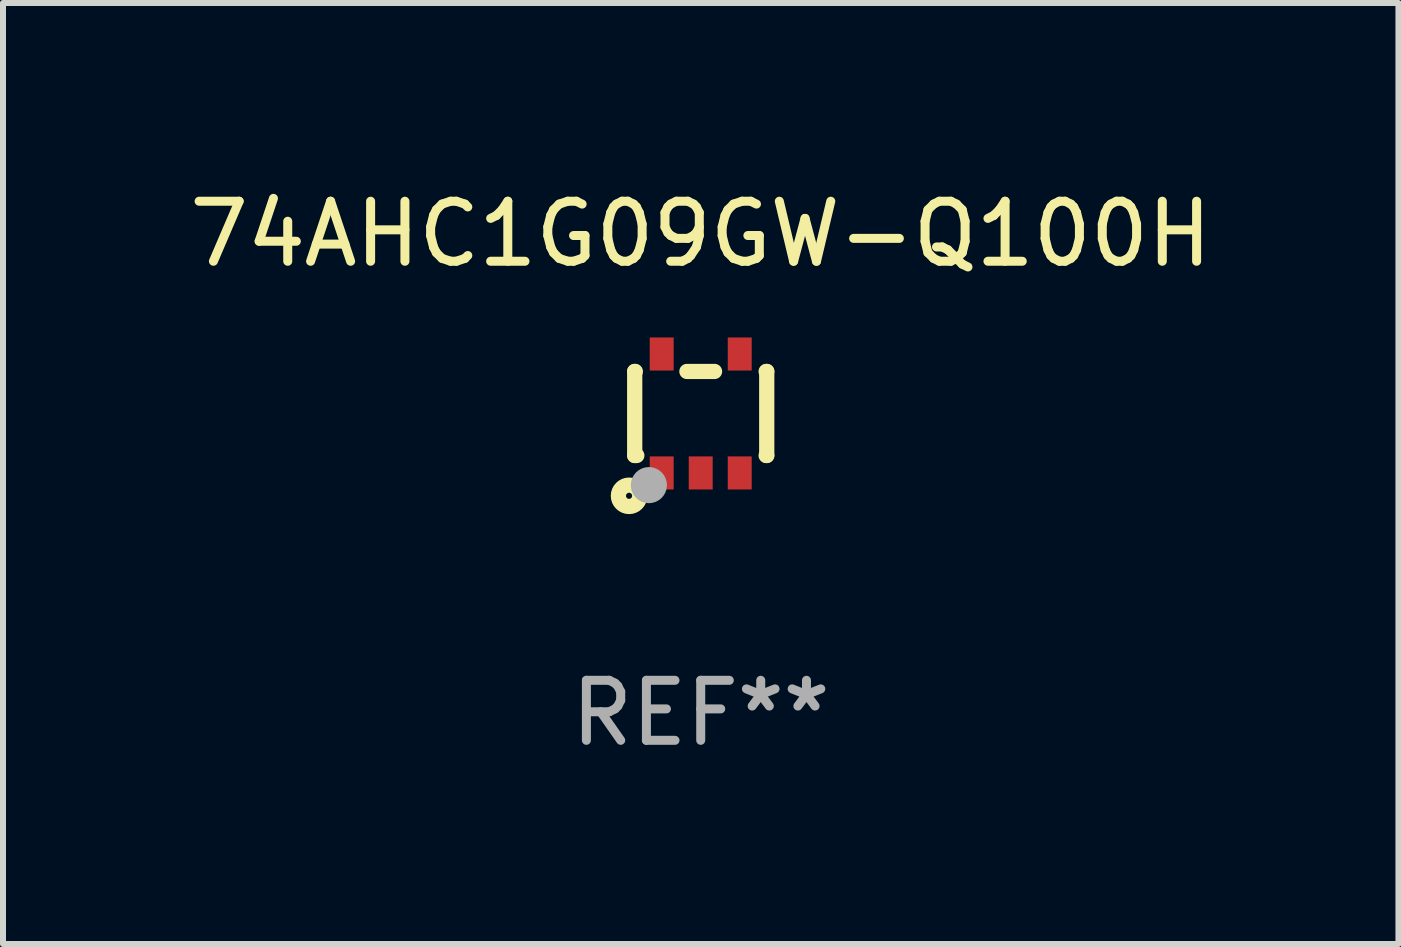
<source format=kicad_pcb>
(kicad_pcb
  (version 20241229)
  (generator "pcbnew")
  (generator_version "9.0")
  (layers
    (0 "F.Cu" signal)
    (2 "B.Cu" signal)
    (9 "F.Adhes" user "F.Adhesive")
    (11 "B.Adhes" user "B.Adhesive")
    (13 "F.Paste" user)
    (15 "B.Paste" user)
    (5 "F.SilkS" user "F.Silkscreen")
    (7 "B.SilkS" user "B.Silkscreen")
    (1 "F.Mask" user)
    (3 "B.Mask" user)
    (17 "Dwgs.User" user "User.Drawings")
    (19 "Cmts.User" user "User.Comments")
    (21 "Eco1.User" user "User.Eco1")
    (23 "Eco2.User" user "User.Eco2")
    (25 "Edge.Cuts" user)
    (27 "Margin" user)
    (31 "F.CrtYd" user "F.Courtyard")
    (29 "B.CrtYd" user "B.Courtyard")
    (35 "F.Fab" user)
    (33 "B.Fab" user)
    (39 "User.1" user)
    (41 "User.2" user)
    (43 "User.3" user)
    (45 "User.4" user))
  (footprint "74AHC1G09GW-Q100H"
    (layer "F.Cu")
    (at 8.625 3.839)
    (property "Reference" "74AHC1G09GW-Q100H" (at 0 -2.991 0) (layer "F.SilkS") (effects (font (size 1 1) (thickness 0.15))))
    (attr through_hole)
    (fp_line (start -1.1 -0.7) (end -1.1 0.7) (stroke (width 0.254) (type solid)) (layer "F.SilkS"))
    (fp_line (start -1.1 -0.7) (end -1.09 -0.7) (stroke (width 0.254) (type solid)) (layer "F.SilkS"))
    (fp_line (start -1.1 0.7) (end -1.065 0.7) (stroke (width 0.254) (type solid)) (layer "F.SilkS"))
    (fp_line (start -0.23 -0.7) (end 0.23 -0.7) (stroke (width 0.254) (type solid)) (layer "F.SilkS"))
    (fp_line (start 1.09 -0.7) (end 1.1 -0.7) (stroke (width 0.254) (type solid)) (layer "F.SilkS"))
    (fp_line (start 1.09 0.7) (end 1.1 0.7) (stroke (width 0.254) (type solid)) (layer "F.SilkS"))
    (fp_line (start 1.1 -0.7) (end 1.1 0.7) (stroke (width 0.254) (type solid)) (layer "F.SilkS"))
    (fp_circle (center -1.194 1.372) (end -1.143 1.372) (stroke (width 0.254) (type solid)) (fill no) (layer "F.SilkS"))
    (fp_circle (center -1.05 1.063) (end -1.02 1.063) (stroke (width 0.06) (type solid)) (fill no) (layer "F.SilkS"))
    (fp_circle (center -0.864 1.194) (end -0.713 1.194) (stroke (width 0.3) (type solid)) (fill no) (layer "F.Fab"))
    (fp_text user "REF**" (at 0 4.991 0) (layer "F.Fab") (effects (font (size 1 1) (thickness 0.15))))
    (pad "1" smd rect (at -0.65 0.991 180) (size 0.399 0.551) (layers "F.Cu" "F.Mask" "F.Paste"))
    (pad "2" smd rect (at 0 0.991 180) (size 0.399 0.551) (layers "F.Cu" "F.Mask" "F.Paste"))
    (pad "3" smd rect (at 0.65 0.991 180) (size 0.399 0.551) (layers "F.Cu" "F.Mask" "F.Paste"))
    (pad "4" smd rect (at 0.65 -0.991 180) (size 0.399 0.551) (layers "F.Cu" "F.Mask" "F.Paste"))
    (pad "5" smd rect (at -0.65 -0.991 180) (size 0.399 0.551) (layers "F.Cu" "F.Mask" "F.Paste")))
  (gr_rect
    (start -3 -3)
    (end 20.25 12.678)
    (stroke (width 0.1) (type default))
    (fill no)
    (layer "Edge.Cuts")))
</source>
